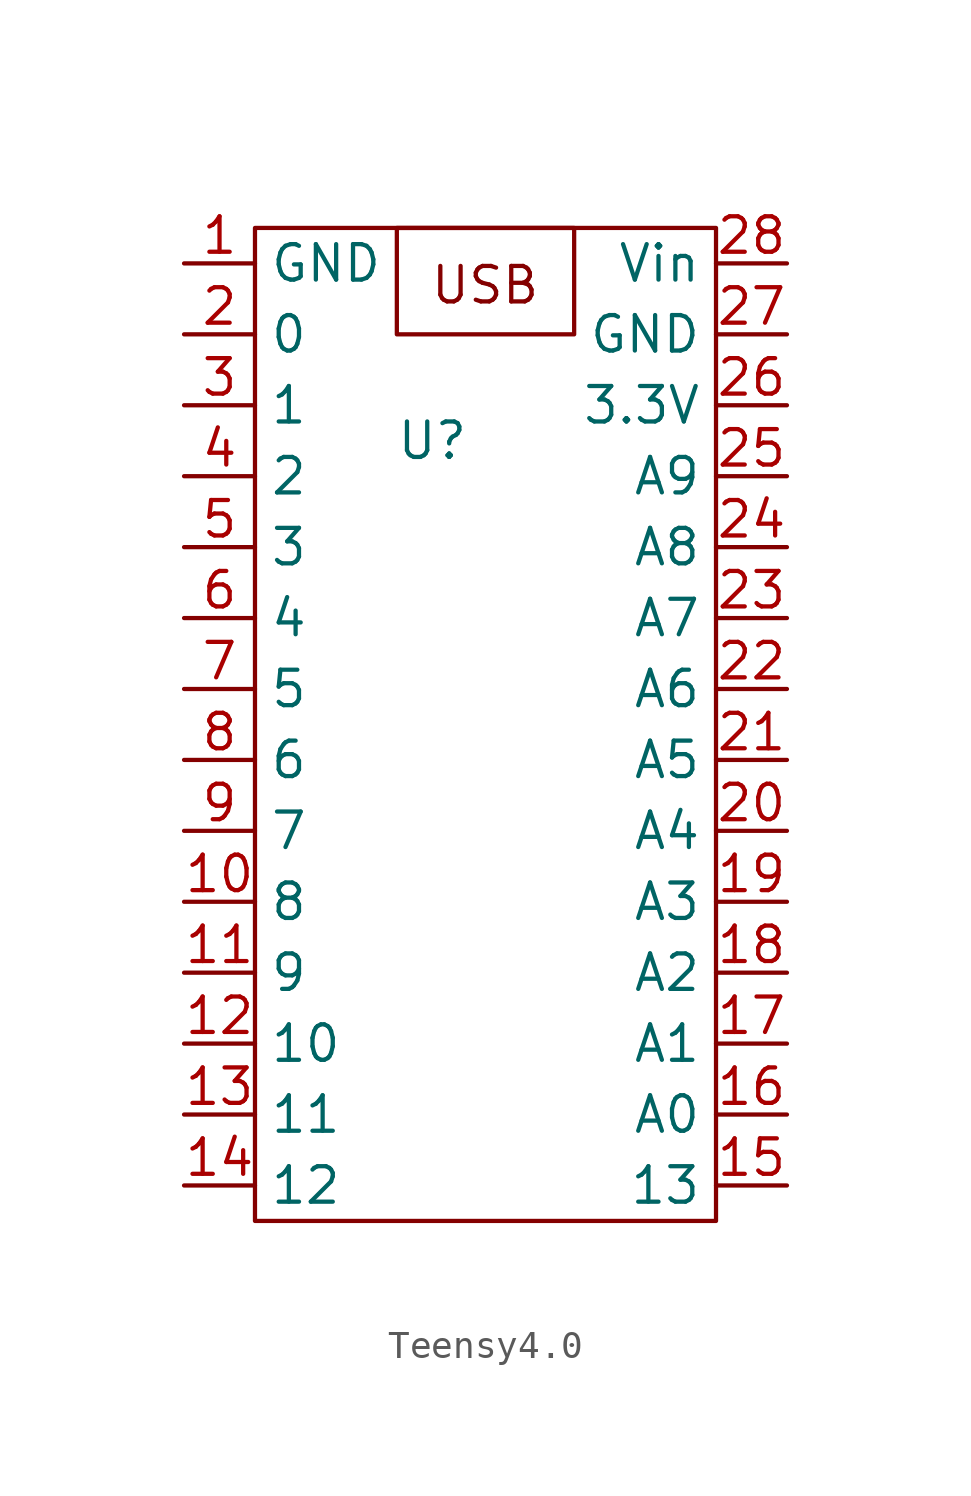
<source format=kicad_sym>
(kicad_symbol_lib
  (version 20220914)
  (generator kicad_symbol_editor)
  (symbol "Teensy4.0"
    (property "Reference" "U"
      (at 8.89 -6.35 0)
      (effects (font (size 1.27 1.27))))
    (property "Value" ""
      (at 8.89 -6.35 0)
      (effects (font (size 1.27 1.27))))
    (symbol "Teensy4.0_0_1"
      (rectangle (start 2.54 1.27) (end 19.05 -34.29) (stroke (width 0) (type default)) (fill (type none)))
      (rectangle (start 7.62 1.27) (end 13.97 -2.54) (stroke (width 0) (type default)) (fill (type none))))
    (symbol "Teensy4.0_1_1"
      (text "USB" (at 10.78 -0.781 0) (effects (font (size 1.27 1.27))))
      (pin input line (at 0 0 0) (length 2.54) (name "GND" (effects (font (size 1.27 1.27)))) (number "1" (effects (font (size 1.27 1.27)))))
      (pin input line (at 0 -22.86 0) (length 2.54) (name "8" (effects (font (size 1.27 1.27)))) (number "10" (effects (font (size 1.27 1.27)))))
      (pin input line (at 0 -25.4 0) (length 2.54) (name "9" (effects (font (size 1.27 1.27)))) (number "11" (effects (font (size 1.27 1.27)))))
      (pin input line (at 0 -27.94 0) (length 2.54) (name "10" (effects (font (size 1.27 1.27)))) (number "12" (effects (font (size 1.27 1.27)))))
      (pin input line (at 0 -30.48 0) (length 2.54) (name "11" (effects (font (size 1.27 1.27)))) (number "13" (effects (font (size 1.27 1.27)))))
      (pin input line (at 0 -33.02 0) (length 2.54) (name "12" (effects (font (size 1.27 1.27)))) (number "14" (effects (font (size 1.27 1.27)))))
      (pin input line (at 21.59 -33.02 180) (length 2.54) (name "13" (effects (font (size 1.27 1.27)))) (number "15" (effects (font (size 1.27 1.27)))))
      (pin input line (at 21.59 -30.48 180) (length 2.54) (name "A0" (effects (font (size 1.27 1.27)))) (number "16" (effects (font (size 1.27 1.27)))))
      (pin input line (at 21.59 -27.94 180) (length 2.54) (name "A1" (effects (font (size 1.27 1.27)))) (number "17" (effects (font (size 1.27 1.27)))))
      (pin input line (at 21.59 -25.4 180) (length 2.54) (name "A2" (effects (font (size 1.27 1.27)))) (number "18" (effects (font (size 1.27 1.27)))))
      (pin input line (at 21.59 -22.86 180) (length 2.54) (name "A3" (effects (font (size 1.27 1.27)))) (number "19" (effects (font (size 1.27 1.27)))))
      (pin input line (at 0 -2.54 0) (length 2.54) (name "0" (effects (font (size 1.27 1.27)))) (number "2" (effects (font (size 1.27 1.27)))))
      (pin input line (at 21.59 -20.32 180) (length 2.54) (name "A4" (effects (font (size 1.27 1.27)))) (number "20" (effects (font (size 1.27 1.27)))))
      (pin input line (at 21.59 -17.78 180) (length 2.54) (name "A5" (effects (font (size 1.27 1.27)))) (number "21" (effects (font (size 1.27 1.27)))))
      (pin input line (at 21.59 -15.24 180) (length 2.54) (name "A6" (effects (font (size 1.27 1.27)))) (number "22" (effects (font (size 1.27 1.27)))))
      (pin input line (at 21.59 -12.7 180) (length 2.54) (name "A7" (effects (font (size 1.27 1.27)))) (number "23" (effects (font (size 1.27 1.27)))))
      (pin input line (at 21.59 -10.16 180) (length 2.54) (name "A8" (effects (font (size 1.27 1.27)))) (number "24" (effects (font (size 1.27 1.27)))))
      (pin input line (at 21.59 -7.62 180) (length 2.54) (name "A9" (effects (font (size 1.27 1.27)))) (number "25" (effects (font (size 1.27 1.27)))))
      (pin power_out line (at 21.59 -5.08 180) (length 2.54) (name "3.3V" (effects (font (size 1.27 1.27)))) (number "26" (effects (font (size 1.27 1.27)))))
      (pin input line (at 21.59 -2.54 180) (length 2.54) (name "GND" (effects (font (size 1.27 1.27)))) (number "27" (effects (font (size 1.27 1.27)))))
      (pin power_in line (at 21.59 0 180) (length 2.54) (name "Vin" (effects (font (size 1.27 1.27)))) (number "28" (effects (font (size 1.27 1.27)))))
      (pin input line (at 0 -5.08 0) (length 2.54) (name "1" (effects (font (size 1.27 1.27)))) (number "3" (effects (font (size 1.27 1.27)))))
      (pin input line (at 0 -7.62 0) (length 2.54) (name "2" (effects (font (size 1.27 1.27)))) (number "4" (effects (font (size 1.27 1.27)))))
      (pin input line (at 0 -10.16 0) (length 2.54) (name "3" (effects (font (size 1.27 1.27)))) (number "5" (effects (font (size 1.27 1.27)))))
      (pin input line (at 0 -12.7 0) (length 2.54) (name "4" (effects (font (size 1.27 1.27)))) (number "6" (effects (font (size 1.27 1.27)))))
      (pin input line (at 0 -15.24 0) (length 2.54) (name "5" (effects (font (size 1.27 1.27)))) (number "7" (effects (font (size 1.27 1.27)))))
      (pin input line (at 0 -17.78 0) (length 2.54) (name "6" (effects (font (size 1.27 1.27)))) (number "8" (effects (font (size 1.27 1.27)))))
      (pin input line (at 0 -20.32 0) (length 2.54) (name "7" (effects (font (size 1.27 1.27)))) (number "9" (effects (font (size 1.27 1.27))))))))
</source>
